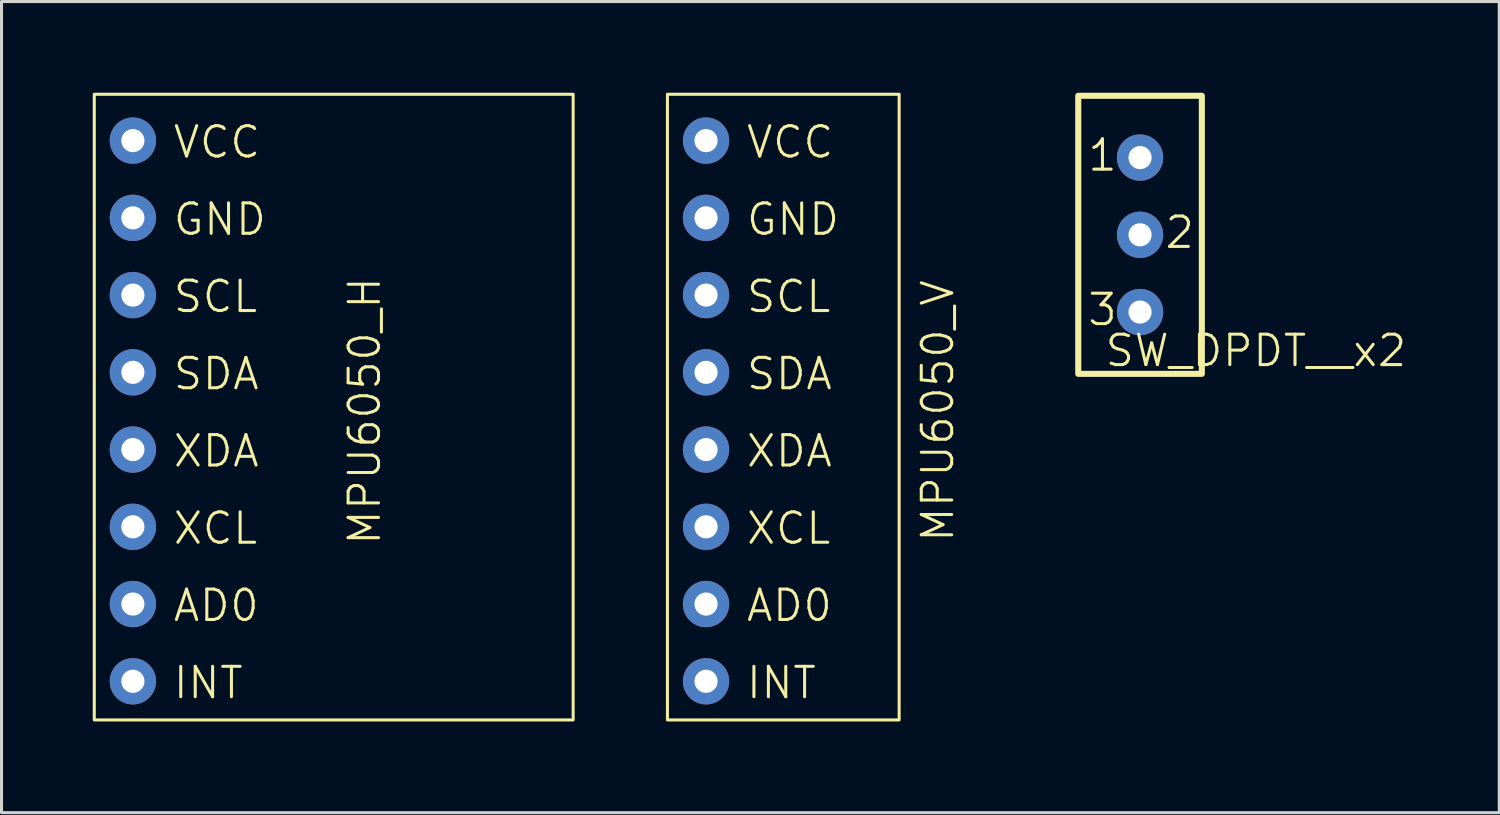
<source format=kicad_pcb>
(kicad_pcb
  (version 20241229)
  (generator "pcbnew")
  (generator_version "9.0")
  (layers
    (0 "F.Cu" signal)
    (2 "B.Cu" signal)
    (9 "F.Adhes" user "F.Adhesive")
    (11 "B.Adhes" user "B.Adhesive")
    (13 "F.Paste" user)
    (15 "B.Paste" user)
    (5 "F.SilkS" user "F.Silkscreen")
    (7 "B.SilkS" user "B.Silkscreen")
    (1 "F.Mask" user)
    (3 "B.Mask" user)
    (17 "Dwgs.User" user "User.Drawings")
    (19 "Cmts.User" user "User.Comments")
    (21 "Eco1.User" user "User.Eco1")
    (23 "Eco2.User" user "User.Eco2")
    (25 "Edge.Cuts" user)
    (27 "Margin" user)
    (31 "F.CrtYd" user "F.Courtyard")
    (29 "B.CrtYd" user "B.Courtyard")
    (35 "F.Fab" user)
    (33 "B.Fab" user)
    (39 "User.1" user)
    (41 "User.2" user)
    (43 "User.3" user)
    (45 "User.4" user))
  (footprint "MPU6050_H"
    (layer "F.Cu")
    (at 10.21 15.544)
    (property "Reference" "MPU6050_H" (at -1.27 -5.08 90) (unlocked yes) (layer "F.SilkS") (effects (font (size 1 1) (thickness 0.1))))
    (attr through_hole)
    (fp_rect (start -10.16 -15.494) (end 5.588 5.08) (stroke (width 0.1) (type default)) (fill no) (layer "F.SilkS"))
    (fp_text user "XCL" (at -7.62 -0.635 0) (unlocked yes) (layer "F.SilkS") (effects (font (size 1 1) (thickness 0.1)) (justify left bottom)))
    (fp_text user "INT" (at -7.62 4.445 0) (unlocked yes) (layer "F.SilkS") (effects (font (size 1 1) (thickness 0.1)) (justify left bottom)))
    (fp_text user "SCL" (at -7.62 -8.255 0) (unlocked yes) (layer "F.SilkS") (effects (font (size 1 1) (thickness 0.1)) (justify left bottom)))
    (fp_text user "XDA" (at -7.62 -3.175 0) (unlocked yes) (layer "F.SilkS") (effects (font (size 1 1) (thickness 0.1)) (justify left bottom)))
    (fp_text user "AD0" (at -7.62 1.905 0) (unlocked yes) (layer "F.SilkS") (effects (font (size 1 1) (thickness 0.1)) (justify left bottom)))
    (fp_text user "VCC" (at -7.62 -13.335 0) (unlocked yes) (layer "F.SilkS") (effects (font (size 1 1) (thickness 0.1)) (justify left bottom)))
    (fp_text user "SDA" (at -7.62 -5.715 0) (unlocked yes) (layer "F.SilkS") (effects (font (size 1 1) (thickness 0.1)) (justify left bottom)))
    (fp_text user "GND" (at -7.62 -10.795 0) (unlocked yes) (layer "F.SilkS") (effects (font (size 1 1) (thickness 0.1)) (justify left bottom)))
    (pad "1" thru_hole circle (at -8.89 -13.97) (size 1.524 1.524) (drill 0.762) (layers "*.Cu" "*.Mask"))
    (pad "2" thru_hole circle (at -8.89 -11.43) (size 1.524 1.524) (drill 0.762) (layers "*.Cu" "*.Mask"))
    (pad "3" thru_hole circle (at -8.89 -8.89) (size 1.524 1.524) (drill 0.762) (layers "*.Cu" "*.Mask"))
    (pad "4" thru_hole circle (at -8.89 -6.35) (size 1.524 1.524) (drill 0.762) (layers "*.Cu" "*.Mask"))
    (pad "5" thru_hole circle (at -8.89 -3.81) (size 1.524 1.524) (drill 0.762) (layers "*.Cu" "*.Mask"))
    (pad "6" thru_hole circle (at -8.89 -1.27) (size 1.524 1.524) (drill 0.762) (layers "*.Cu" "*.Mask"))
    (pad "7" thru_hole circle (at -8.89 1.27) (size 1.524 1.524) (drill 0.762) (layers "*.Cu" "*.Mask"))
    (pad "8" thru_hole circle (at -8.89 3.81) (size 1.524 1.524) (drill 0.762) (layers "*.Cu" "*.Mask")))
  (footprint "SW_DPDT__x2"
    (layer "F.Cu")
    (at 34.44 4.672)
    (property "Reference" "SW_DPDT__x2" (at 3.81 3.81 0) (unlocked yes) (layer "F.SilkS") (effects (font (size 1 1) (thickness 0.1))))
    (attr through_hole)
    (fp_rect (start -2.032 -4.572) (end 2.032 4.572) (stroke (width 0.2) (type default)) (fill no) (layer "F.SilkS"))
    (fp_text user "3" (at -1.778 3.048 0) (unlocked yes) (layer "F.SilkS") (effects (font (size 1 1) (thickness 0.1)) (justify left bottom)))
    (fp_text user "2" (at 0.762 0.508 0) (unlocked yes) (layer "F.SilkS") (effects (font (size 1 1) (thickness 0.1)) (justify left bottom)))
    (fp_text user "1" (at -1.778 -2.032 0) (unlocked yes) (layer "F.SilkS") (effects (font (size 1 1) (thickness 0.1)) (justify left bottom)))
    (pad "1" thru_hole circle (at 0 -2.54) (size 1.524 1.524) (drill 0.762) (layers "*.Cu" "*.Mask"))
    (pad "2" thru_hole circle (at 0 0) (size 1.524 1.524) (drill 0.762) (layers "*.Cu" "*.Mask"))
    (pad "3" thru_hole circle (at 0 2.54) (size 1.524 1.524) (drill 0.762) (layers "*.Cu" "*.Mask")))
  (footprint "MPU6050_V"
    (layer "F.Cu")
    (at 29.058 15.544)
    (property "Reference" "MPU6050_V" (at -1.27 -5.08 90) (unlocked yes) (layer "F.SilkS") (effects (font (size 1 1) (thickness 0.1))))
    (attr through_hole)
    (fp_rect (start -10.16 -15.494) (end -2.54 5.08) (stroke (width 0.1) (type default)) (fill no) (layer "F.SilkS"))
    (fp_text user "GND" (at -7.62 -10.795 0) (unlocked yes) (layer "F.SilkS") (effects (font (size 1 1) (thickness 0.1)) (justify left bottom)))
    (fp_text user "VCC" (at -7.62 -13.335 0) (unlocked yes) (layer "F.SilkS") (effects (font (size 1 1) (thickness 0.1)) (justify left bottom)))
    (fp_text user "AD0" (at -7.62 1.905 0) (unlocked yes) (layer "F.SilkS") (effects (font (size 1 1) (thickness 0.1)) (justify left bottom)))
    (fp_text user "SCL" (at -7.62 -8.255 0) (unlocked yes) (layer "F.SilkS") (effects (font (size 1 1) (thickness 0.1)) (justify left bottom)))
    (fp_text user "XCL" (at -7.62 -0.635 0) (unlocked yes) (layer "F.SilkS") (effects (font (size 1 1) (thickness 0.1)) (justify left bottom)))
    (fp_text user "SDA" (at -7.62 -5.715 0) (unlocked yes) (layer "F.SilkS") (effects (font (size 1 1) (thickness 0.1)) (justify left bottom)))
    (fp_text user "INT" (at -7.62 4.445 0) (unlocked yes) (layer "F.SilkS") (effects (font (size 1 1) (thickness 0.1)) (justify left bottom)))
    (fp_text user "XDA" (at -7.62 -3.175 0) (unlocked yes) (layer "F.SilkS") (effects (font (size 1 1) (thickness 0.1)) (justify left bottom)))
    (pad "1" thru_hole circle (at -8.89 -13.97) (size 1.524 1.524) (drill 0.762) (layers "*.Cu" "*.Mask"))
    (pad "2" thru_hole circle (at -8.89 -11.43) (size 1.524 1.524) (drill 0.762) (layers "*.Cu" "*.Mask"))
    (pad "3" thru_hole circle (at -8.89 -8.89) (size 1.524 1.524) (drill 0.762) (layers "*.Cu" "*.Mask"))
    (pad "4" thru_hole circle (at -8.89 -6.35) (size 1.524 1.524) (drill 0.762) (layers "*.Cu" "*.Mask"))
    (pad "5" thru_hole circle (at -8.89 -3.81) (size 1.524 1.524) (drill 0.762) (layers "*.Cu" "*.Mask"))
    (pad "6" thru_hole circle (at -8.89 -1.27) (size 1.524 1.524) (drill 0.762) (layers "*.Cu" "*.Mask"))
    (pad "7" thru_hole circle (at -8.89 1.27) (size 1.524 1.524) (drill 0.762) (layers "*.Cu" "*.Mask"))
    (pad "8" thru_hole circle (at -8.89 3.81) (size 1.524 1.524) (drill 0.762) (layers "*.Cu" "*.Mask")))
  (gr_rect
    (start -3 -3)
    (end 46.252 23.674)
    (stroke (width 0.1) (type default))
    (fill no)
    (layer "Edge.Cuts")))
</source>
